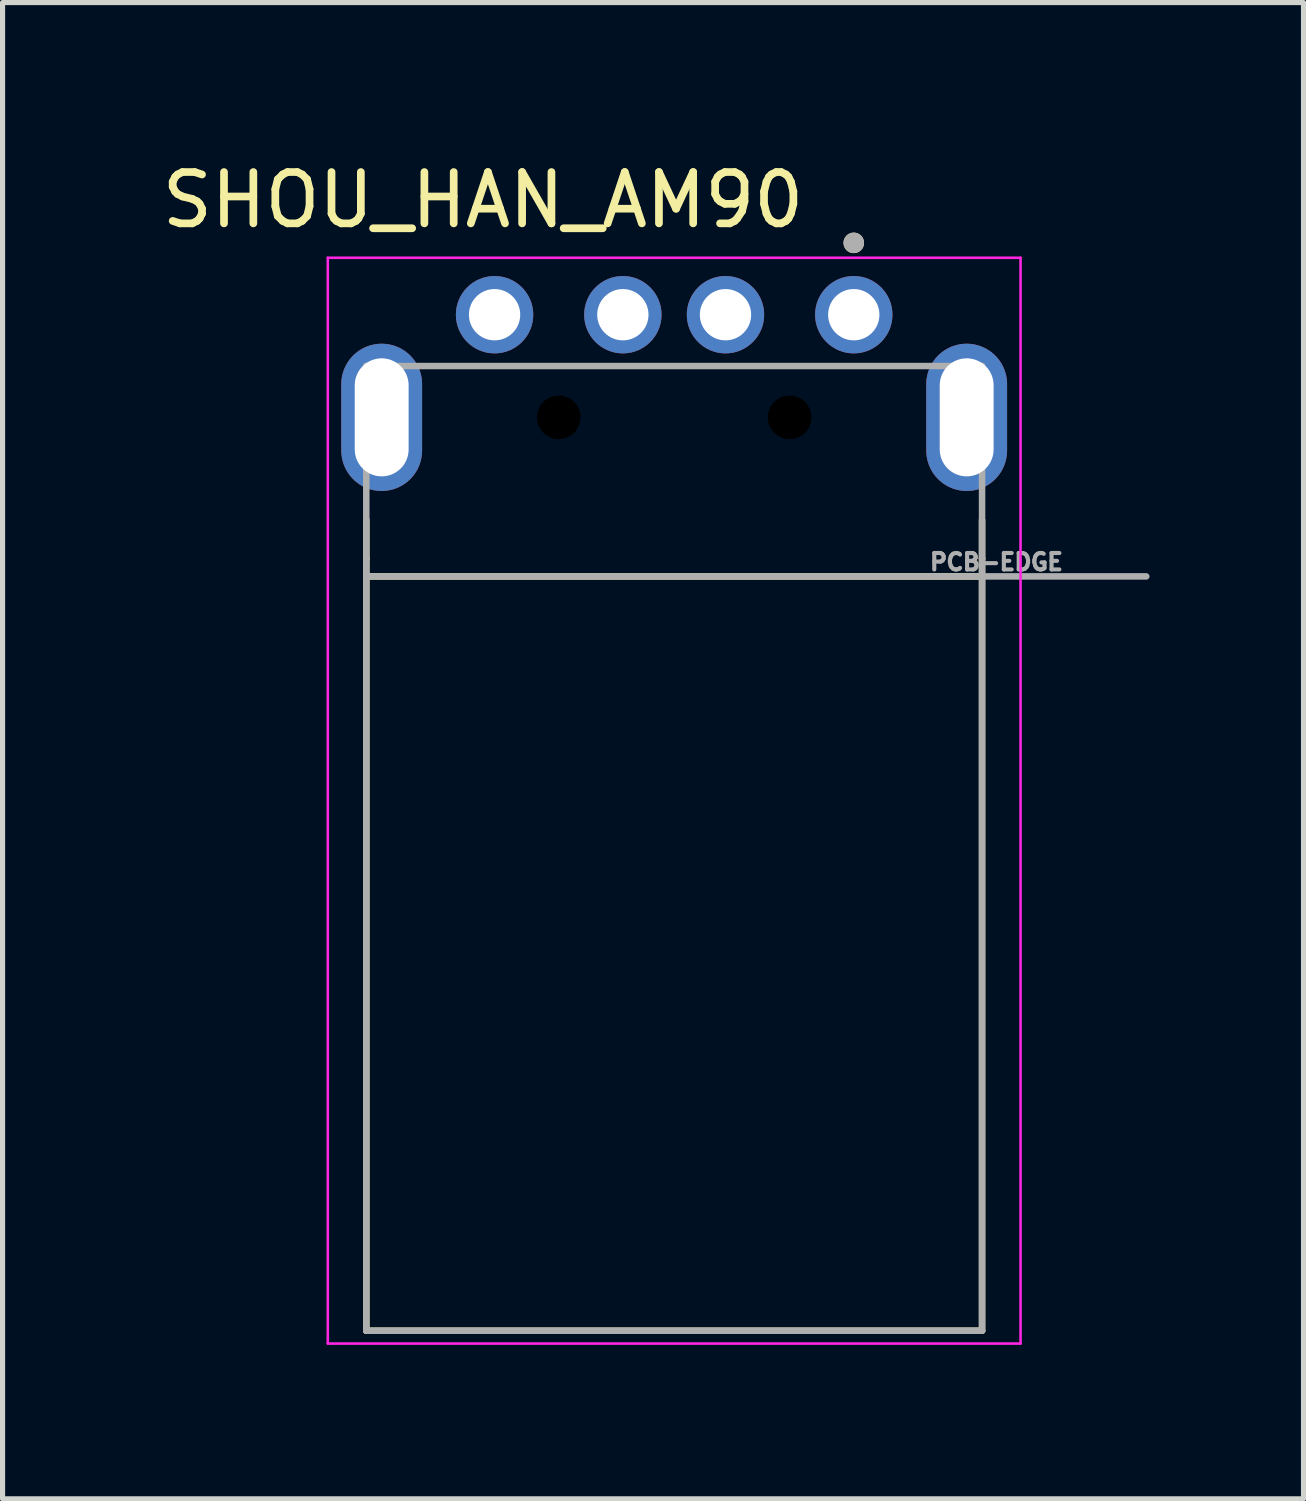
<source format=kicad_pcb>
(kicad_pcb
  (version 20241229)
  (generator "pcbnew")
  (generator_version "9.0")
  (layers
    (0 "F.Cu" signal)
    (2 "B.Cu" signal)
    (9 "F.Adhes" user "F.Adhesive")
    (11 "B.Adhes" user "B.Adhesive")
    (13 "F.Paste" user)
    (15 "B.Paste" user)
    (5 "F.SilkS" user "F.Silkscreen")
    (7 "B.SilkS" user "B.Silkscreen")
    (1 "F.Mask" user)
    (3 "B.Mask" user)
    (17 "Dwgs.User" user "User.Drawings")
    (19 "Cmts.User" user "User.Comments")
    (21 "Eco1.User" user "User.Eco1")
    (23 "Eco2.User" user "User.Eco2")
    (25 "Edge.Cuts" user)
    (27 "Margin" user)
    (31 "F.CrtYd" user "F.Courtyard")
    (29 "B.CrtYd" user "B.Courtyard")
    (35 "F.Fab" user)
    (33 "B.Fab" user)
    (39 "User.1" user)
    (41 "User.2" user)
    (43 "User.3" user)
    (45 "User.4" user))
  (footprint "SHOU_HAN_AM90"
    (layer "F.Cu")
    (at 10.088 5.083)
    (property "Reference" "SHOU_HAN_AM90" (at -3.725 -4.235 0) (layer "F.SilkS") (effects (font (size 1 1) (thickness 0.15))))
    (attr through_hole)
    (fp_line (start -6 2) (end -6 2.75) (stroke (width 0.127) (type solid)) (layer "F.SilkS"))
    (fp_line (start -6 2.75) (end -6 17.8) (stroke (width 0.127) (type solid)) (layer "F.SilkS"))
    (fp_line (start -6 3.1) (end 6 3.1) (stroke (width 0.127) (type solid)) (layer "F.SilkS"))
    (fp_line (start -6 17.8) (end 6 17.8) (stroke (width 0.127) (type solid)) (layer "F.SilkS"))
    (fp_line (start 6 2.75) (end 6 2) (stroke (width 0.127) (type solid)) (layer "F.SilkS"))
    (fp_line (start 6 17.8) (end 6 2.75) (stroke (width 0.127) (type solid)) (layer "F.SilkS"))
    (fp_circle (center 3.5 -3.4) (end 3.6 -3.4) (stroke (width 0.2) (type solid)) (fill no) (layer "F.SilkS"))
    (fp_line (start -6.75 -3.11) (end -6.75 18.05) (stroke (width 0.05) (type solid)) (layer "F.CrtYd"))
    (fp_line (start -6.75 18.05) (end 6.75 18.05) (stroke (width 0.05) (type solid)) (layer "F.CrtYd"))
    (fp_line (start 6.75 -3.11) (end -6.75 -3.11) (stroke (width 0.05) (type solid)) (layer "F.CrtYd"))
    (fp_line (start 6.75 18.05) (end 6.75 -3.11) (stroke (width 0.05) (type solid)) (layer "F.CrtYd"))
    (fp_line (start -6 -1) (end -6 2.75) (stroke (width 0.127) (type solid)) (layer "F.Fab"))
    (fp_line (start -6 2.75) (end -6 17.8) (stroke (width 0.127) (type solid)) (layer "F.Fab"))
    (fp_line (start -6 3.1) (end 6 3.1) (stroke (width 0.127) (type solid)) (layer "F.Fab"))
    (fp_line (start -6 17.8) (end 6 17.8) (stroke (width 0.127) (type solid)) (layer "F.Fab"))
    (fp_line (start 6 -1) (end -6 -1) (stroke (width 0.127) (type solid)) (layer "F.Fab"))
    (fp_line (start 6 2.75) (end 6 -1) (stroke (width 0.127) (type solid)) (layer "F.Fab"))
    (fp_line (start 6 3.1) (end 9.2 3.1) (stroke (width 0.127) (type solid)) (layer "F.Fab"))
    (fp_line (start 6 17.8) (end 6 2.75) (stroke (width 0.127) (type solid)) (layer "F.Fab"))
    (fp_circle (center 3.5 -3.4) (end 3.6 -3.4) (stroke (width 0.2) (type solid)) (fill no) (layer "F.Fab"))
    (fp_text user "PCB-EDGE" (at 6.28 2.82 0) (layer "F.Fab") (effects (font (size 0.32 0.32) (thickness 0.15))))
    (pad "" np_thru_hole circle (at -2.25 0) (size 1.25 1.25) (drill 0.85) (layers "*.Mask"))
    (pad "" np_thru_hole circle (at 2.25 0) (size 1.25 1.25) (drill 0.85) (layers "*.Mask"))
    (pad "1" thru_hole circle (at 3.5 -2 27) (size 1.508 1.508) (drill 1) (layers "*.Cu" "*.Mask"))
    (pad "2" thru_hole circle (at 1 -2) (size 1.508 1.508) (drill 1) (layers "*.Cu" "*.Mask"))
    (pad "3" thru_hole circle (at -1 -2) (size 1.508 1.508) (drill 1) (layers "*.Cu" "*.Mask"))
    (pad "4" thru_hole circle (at -3.5 -2) (size 1.508 1.508) (drill 1) (layers "*.Cu" "*.Mask"))
    (pad "S1" thru_hole oval (at 5.7 0) (size 1.575 2.87) (drill oval 1.05 2.3) (layers "*.Cu" "*.Mask"))
    (pad "S2" thru_hole oval (at -5.7 0) (size 1.575 2.87) (drill oval 1.05 2.3) (layers "*.Cu" "*.Mask")))
  (gr_rect
    (start -3 -3)
    (end 22.352 26.158)
    (stroke (width 0.1) (type default))
    (fill no)
    (layer "Edge.Cuts")))
</source>
